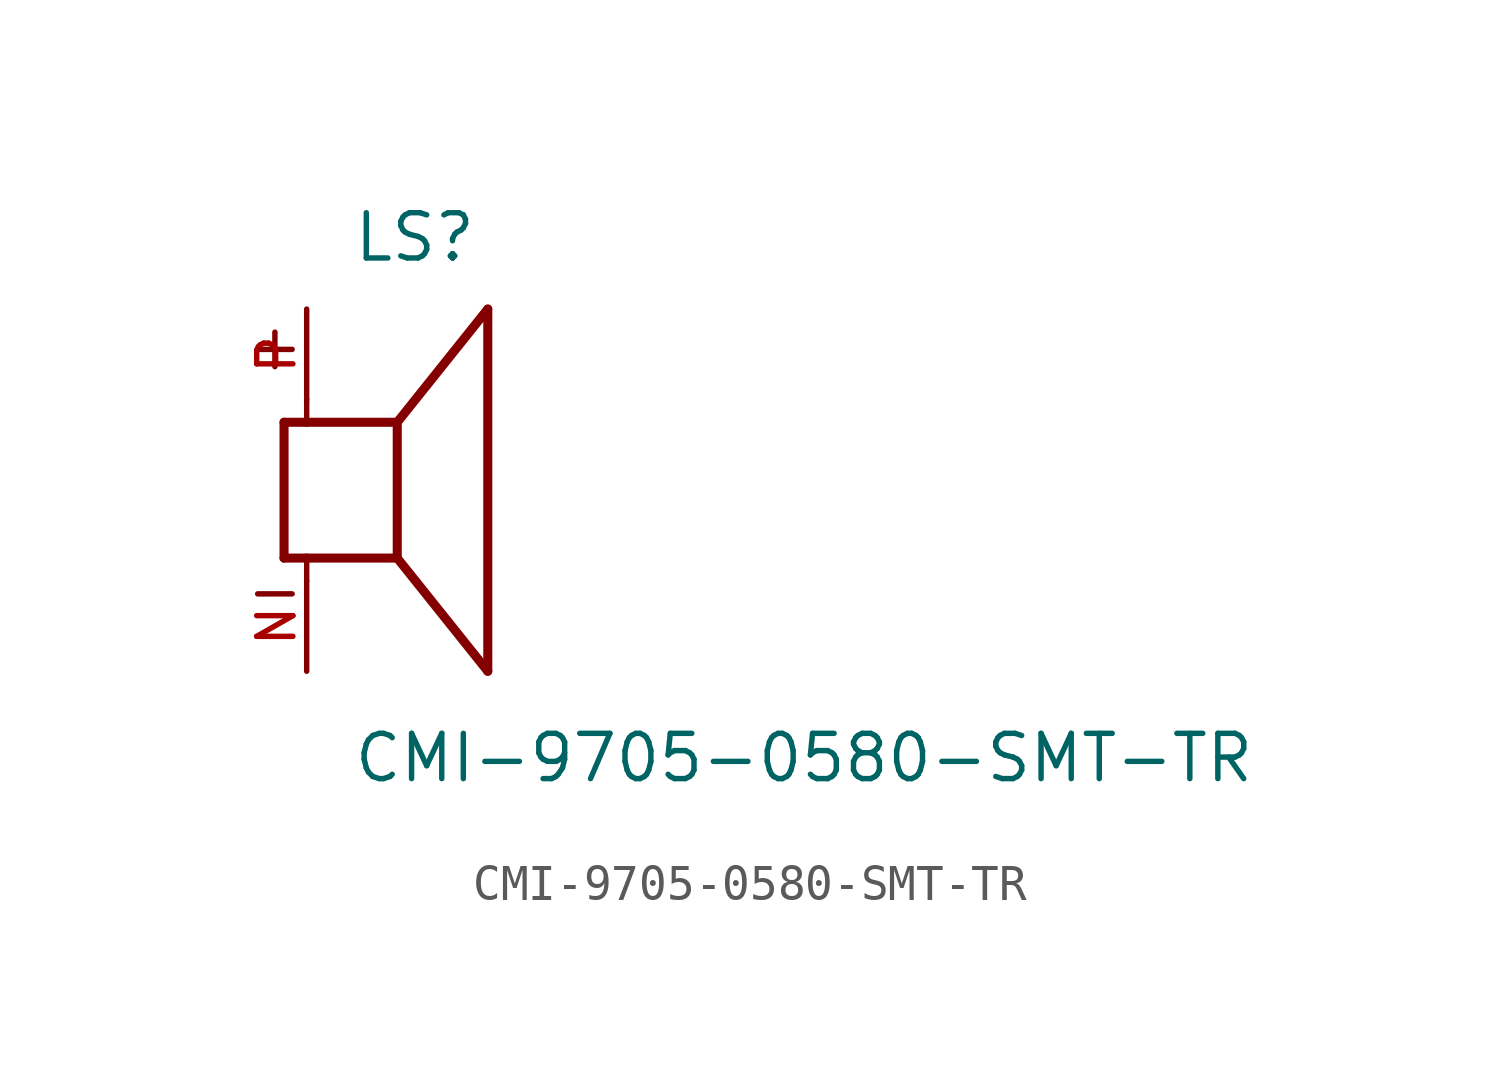
<source format=kicad_sym>
(kicad_symbol_lib
  (version 20211014)
  (generator kicad_symbol_editor)
  (symbol "CMI-9705-0580-SMT-TR"
    (pin_names
      (offset 1.016))
    (property "Reference" "LS"
      (at -1.27 6.35 0)
      (effects (font (size 1.27 1.27)) (justify bottom left)))
    (property "Value" "CMI-9705-0580-SMT-TR"
      (at -1.27 -8.255 0)
      (effects (font (size 1.27 1.27)) (justify bottom left)))
    (symbol "CMI-9705-0580-SMT-TR_0_0"
      (polyline (pts (xy -3.175 1.905) (xy -3.175 -1.905)) (stroke (width 0.254)))
      (polyline (pts (xy -3.175 -1.905) (xy -2.54 -1.905)) (stroke (width 0.254)))
      (polyline (pts (xy 0.0 -1.905) (xy 0.0 1.905)) (stroke (width 0.254)))
      (polyline (pts (xy -3.175 1.905) (xy -2.54 1.905)) (stroke (width 0.254)))
      (polyline (pts (xy 0.0 -1.905) (xy 2.54 -5.08)) (stroke (width 0.254)))
      (polyline (pts (xy 2.54 -5.08) (xy 2.54 5.08)) (stroke (width 0.254)))
      (polyline (pts (xy 0.0 1.905) (xy 2.54 5.08)) (stroke (width 0.254)))
      (polyline (pts (xy -2.54 -2.54) (xy -2.54 -1.905)) (stroke (width 0.152)))
      (polyline (pts (xy -2.54 -1.905) (xy 0.0 -1.905)) (stroke (width 0.254)))
      (polyline (pts (xy -2.54 2.54) (xy -2.54 1.905)) (stroke (width 0.152)))
      (polyline (pts (xy -2.54 1.905) (xy 0.0 1.905)) (stroke (width 0.254)))
      (text "+" (at -4.318 3.302 0) (effects (font (size 1.27 1.27)) (justify bottom left)))
      (text "-" (at -4.318 -3.556 0) (effects (font (size 1.27 1.27)) (justify bottom left)))
      (pin passive line (at -2.54 -5.08 90.0) (length 2.54) (name "~" (effects (font (size 1.016 1.016)))) (number "N" (effects (font (size 1.016 1.016)))))
      (pin passive line (at -2.54 5.08 270.0) (length 2.54) (name "~" (effects (font (size 1.016 1.016)))) (number "P" (effects (font (size 1.016 1.016))))))))
</source>
